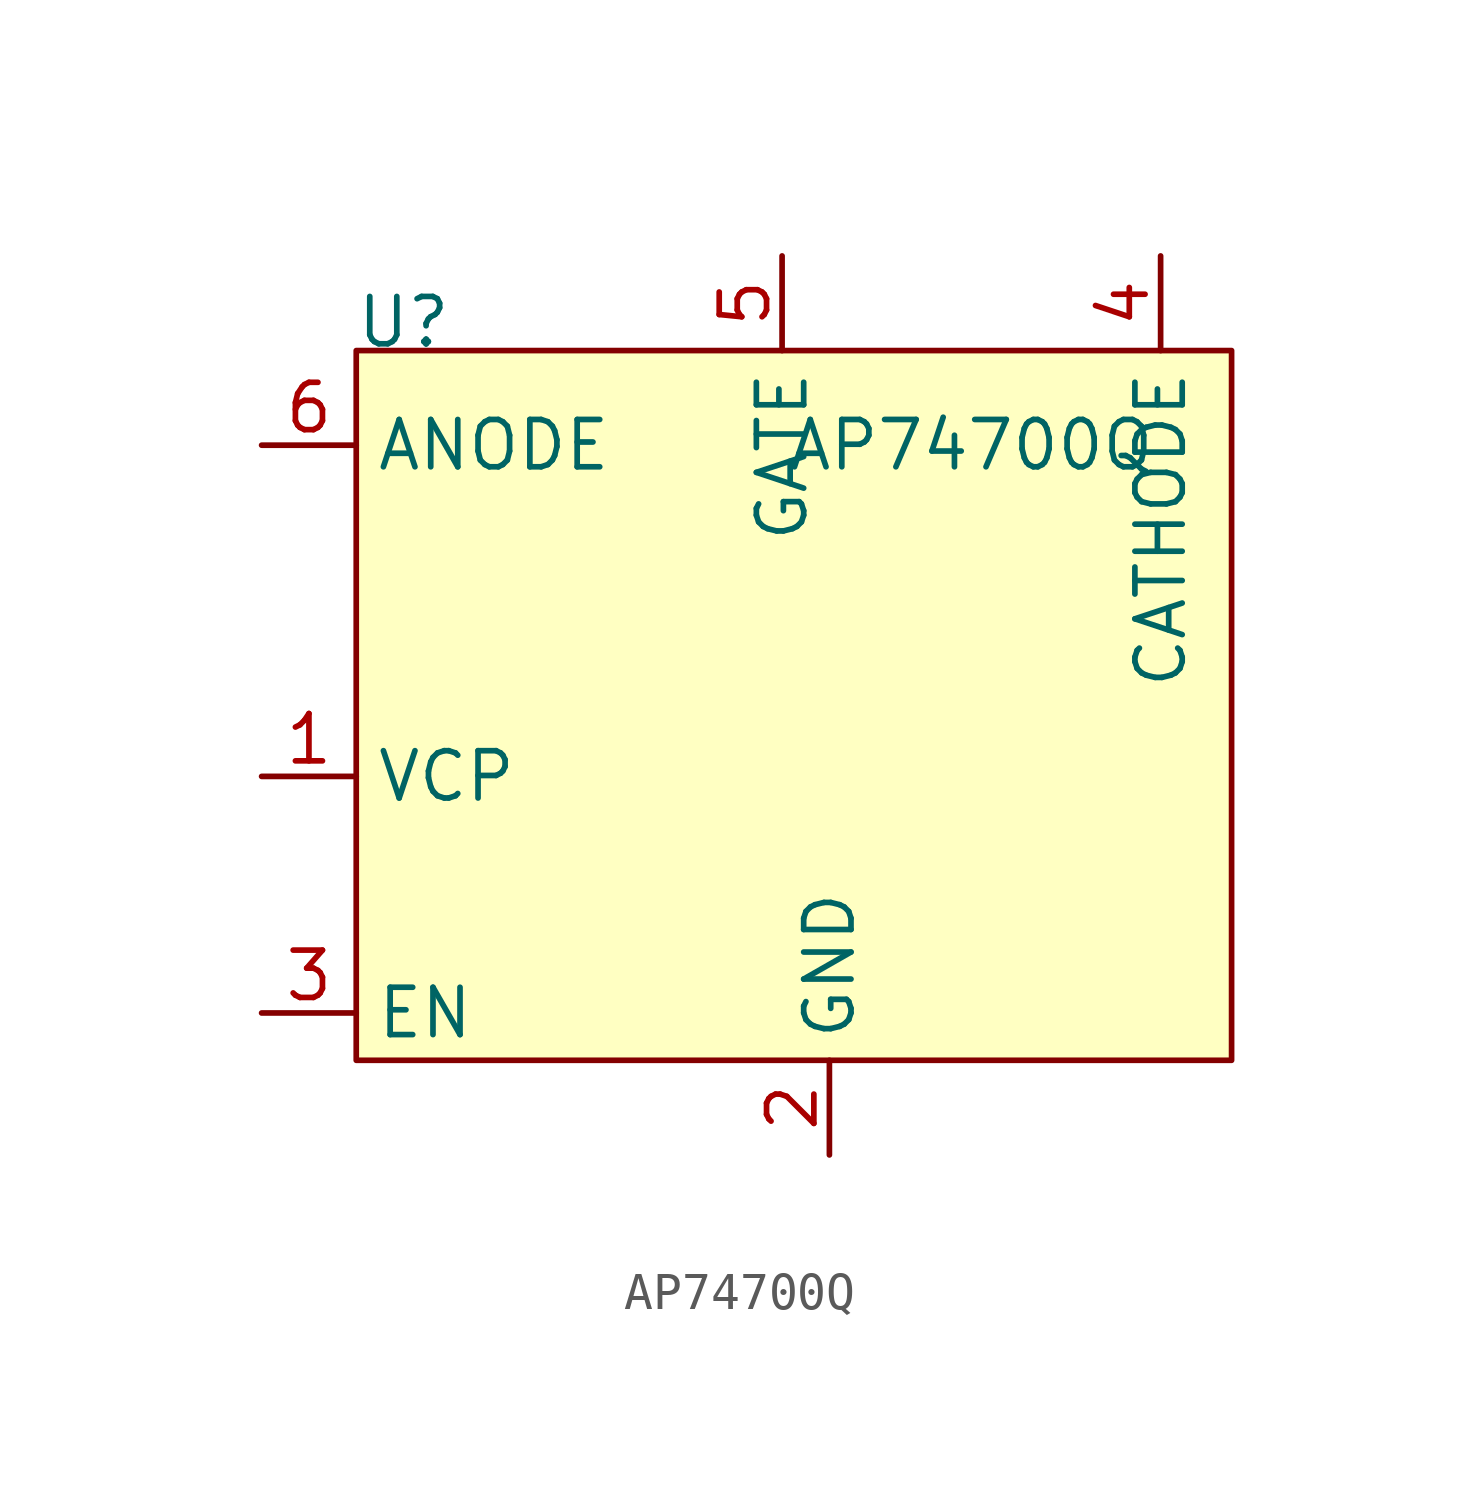
<source format=kicad_sym>
(kicad_symbol_lib
  (version 20241209)
  (generator "kicad_symbol_editor")
  (generator_version "9.0")
  (symbol "AP74700Q"
    (property "Reference" "U"
      (at -15.24 3.302 0)
      (effects (font (size 1.27 1.27))))
    (property "Value" "AP74700Q"
      (at 0 0 0)
      (effects (font (size 1.27 1.27))))
    (symbol "AP74700Q_1_1"
      (rectangle (start -16.51 2.54) (end 6.985 -16.51) (stroke (width 0) (type solid)) (fill (type background)))
      (pin input line (at -19.05 0 0) (length 2.54) (name "ANODE" (effects (font (size 1.27 1.27)))) (number "6" (effects (font (size 1.27 1.27)))))
      (pin input line (at -19.05 -8.89 0) (length 2.54) (name "VCP" (effects (font (size 1.27 1.27)))) (number "1" (effects (font (size 1.27 1.27)))))
      (pin input line (at -19.05 -15.24 0) (length 2.54) (name "EN" (effects (font (size 1.27 1.27)))) (number "3" (effects (font (size 1.27 1.27)))))
      (pin input line (at -5.08 5.08 270) (length 2.54) (name "GATE" (effects (font (size 1.27 1.27)))) (number "5" (effects (font (size 1.27 1.27)))))
      (pin input line (at -3.81 -19.05 90) (length 2.54) (name "GND" (effects (font (size 1.27 1.27)))) (number "2" (effects (font (size 1.27 1.27)))))
      (pin input line (at 5.08 5.08 270) (length 2.54) (name "CATHODE" (effects (font (size 1.27 1.27)))) (number "4" (effects (font (size 1.27 1.27))))))))
</source>
